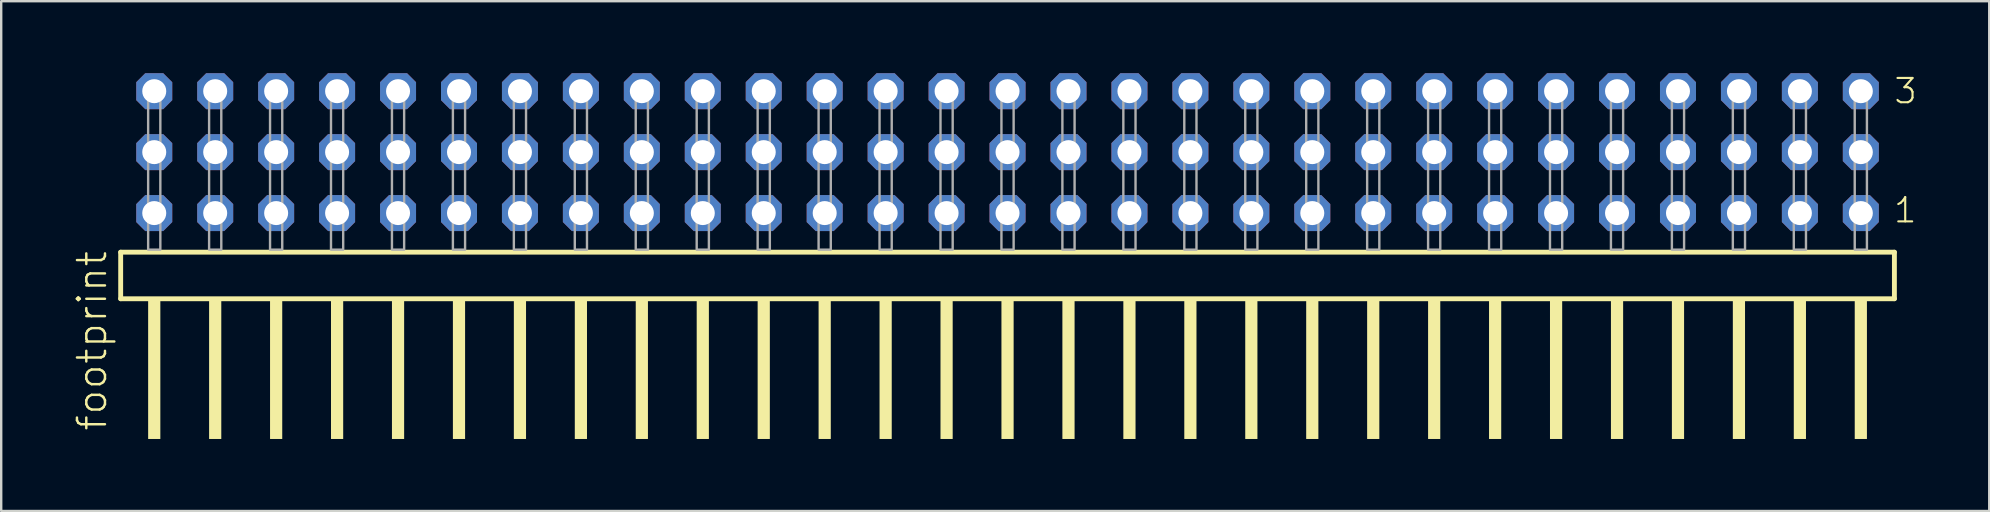
<source format=kicad_pcb>
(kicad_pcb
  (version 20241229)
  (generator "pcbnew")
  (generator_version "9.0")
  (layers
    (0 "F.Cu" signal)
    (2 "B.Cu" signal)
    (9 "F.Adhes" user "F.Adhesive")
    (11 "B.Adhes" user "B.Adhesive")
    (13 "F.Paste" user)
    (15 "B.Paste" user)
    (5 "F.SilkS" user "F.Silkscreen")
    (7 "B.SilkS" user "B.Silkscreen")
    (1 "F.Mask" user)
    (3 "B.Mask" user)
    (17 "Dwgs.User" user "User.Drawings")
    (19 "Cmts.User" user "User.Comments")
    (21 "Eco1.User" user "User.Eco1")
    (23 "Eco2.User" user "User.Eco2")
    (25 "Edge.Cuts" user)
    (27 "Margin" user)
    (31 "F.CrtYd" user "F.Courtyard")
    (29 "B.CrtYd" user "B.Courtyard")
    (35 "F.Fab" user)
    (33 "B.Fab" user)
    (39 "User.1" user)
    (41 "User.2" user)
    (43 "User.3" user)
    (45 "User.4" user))
  (footprint "footprint"
    (layer "F.Cu")
    (at 38.938 7.354)
    (property "Reference" "footprint" (at -37.465 7.62 90) (layer "F.SilkS") (effects (font (size 1.168 1.168) (thickness 0.102)) (justify left bottom)))
    (fp_line (start -36.959 0.106) (end -36.959 2.046) (stroke (width 0.203) (type solid)) (layer "F.SilkS"))
    (fp_line (start -36.959 2.046) (end 36.959 2.046) (stroke (width 0.203) (type solid)) (layer "F.SilkS"))
    (fp_line (start 36.959 0.106) (end -36.959 0.106) (stroke (width 0.203) (type solid)) (layer "F.SilkS"))
    (fp_line (start 36.959 2.046) (end 36.959 0.106) (stroke (width 0.203) (type solid)) (layer "F.SilkS"))
    (fp_poly (pts (xy -35.814 7.89) (xy -35.306 7.89) (xy -35.306 2.04) (xy -35.814 2.04)) (stroke (width 0) (type solid)) (fill yes) (layer "F.SilkS"))
    (fp_poly (pts (xy -33.274 7.89) (xy -32.766 7.89) (xy -32.766 2.04) (xy -33.274 2.04)) (stroke (width 0) (type solid)) (fill yes) (layer "F.SilkS"))
    (fp_poly (pts (xy -30.734 7.89) (xy -30.226 7.89) (xy -30.226 2.04) (xy -30.734 2.04)) (stroke (width 0) (type solid)) (fill yes) (layer "F.SilkS"))
    (fp_poly (pts (xy -28.194 7.89) (xy -27.686 7.89) (xy -27.686 2.04) (xy -28.194 2.04)) (stroke (width 0) (type solid)) (fill yes) (layer "F.SilkS"))
    (fp_poly (pts (xy -25.654 7.89) (xy -25.146 7.89) (xy -25.146 2.04) (xy -25.654 2.04)) (stroke (width 0) (type solid)) (fill yes) (layer "F.SilkS"))
    (fp_poly (pts (xy -23.114 7.89) (xy -22.606 7.89) (xy -22.606 2.04) (xy -23.114 2.04)) (stroke (width 0) (type solid)) (fill yes) (layer "F.SilkS"))
    (fp_poly (pts (xy -20.574 7.89) (xy -20.066 7.89) (xy -20.066 2.04) (xy -20.574 2.04)) (stroke (width 0) (type solid)) (fill yes) (layer "F.SilkS"))
    (fp_poly (pts (xy -18.034 7.89) (xy -17.526 7.89) (xy -17.526 2.04) (xy -18.034 2.04)) (stroke (width 0) (type solid)) (fill yes) (layer "F.SilkS"))
    (fp_poly (pts (xy -15.494 7.89) (xy -14.986 7.89) (xy -14.986 2.04) (xy -15.494 2.04)) (stroke (width 0) (type solid)) (fill yes) (layer "F.SilkS"))
    (fp_poly (pts (xy -12.954 7.89) (xy -12.446 7.89) (xy -12.446 2.04) (xy -12.954 2.04)) (stroke (width 0) (type solid)) (fill yes) (layer "F.SilkS"))
    (fp_poly (pts (xy -10.414 7.89) (xy -9.906 7.89) (xy -9.906 2.04) (xy -10.414 2.04)) (stroke (width 0) (type solid)) (fill yes) (layer "F.SilkS"))
    (fp_poly (pts (xy -7.874 7.89) (xy -7.366 7.89) (xy -7.366 2.04) (xy -7.874 2.04)) (stroke (width 0) (type solid)) (fill yes) (layer "F.SilkS"))
    (fp_poly (pts (xy -5.334 7.89) (xy -4.826 7.89) (xy -4.826 2.04) (xy -5.334 2.04)) (stroke (width 0) (type solid)) (fill yes) (layer "F.SilkS"))
    (fp_poly (pts (xy -2.794 7.89) (xy -2.286 7.89) (xy -2.286 2.04) (xy -2.794 2.04)) (stroke (width 0) (type solid)) (fill yes) (layer "F.SilkS"))
    (fp_poly (pts (xy -0.254 7.89) (xy 0.254 7.89) (xy 0.254 2.04) (xy -0.254 2.04)) (stroke (width 0) (type solid)) (fill yes) (layer "F.SilkS"))
    (fp_poly (pts (xy 2.286 7.89) (xy 2.794 7.89) (xy 2.794 2.04) (xy 2.286 2.04)) (stroke (width 0) (type solid)) (fill yes) (layer "F.SilkS"))
    (fp_poly (pts (xy 4.826 7.89) (xy 5.334 7.89) (xy 5.334 2.04) (xy 4.826 2.04)) (stroke (width 0) (type solid)) (fill yes) (layer "F.SilkS"))
    (fp_poly (pts (xy 7.366 7.89) (xy 7.874 7.89) (xy 7.874 2.04) (xy 7.366 2.04)) (stroke (width 0) (type solid)) (fill yes) (layer "F.SilkS"))
    (fp_poly (pts (xy 9.906 7.89) (xy 10.414 7.89) (xy 10.414 2.04) (xy 9.906 2.04)) (stroke (width 0) (type solid)) (fill yes) (layer "F.SilkS"))
    (fp_poly (pts (xy 12.446 7.89) (xy 12.954 7.89) (xy 12.954 2.04) (xy 12.446 2.04)) (stroke (width 0) (type solid)) (fill yes) (layer "F.SilkS"))
    (fp_poly (pts (xy 14.986 7.89) (xy 15.494 7.89) (xy 15.494 2.04) (xy 14.986 2.04)) (stroke (width 0) (type solid)) (fill yes) (layer "F.SilkS"))
    (fp_poly (pts (xy 17.526 7.89) (xy 18.034 7.89) (xy 18.034 2.04) (xy 17.526 2.04)) (stroke (width 0) (type solid)) (fill yes) (layer "F.SilkS"))
    (fp_poly (pts (xy 20.066 7.89) (xy 20.574 7.89) (xy 20.574 2.04) (xy 20.066 2.04)) (stroke (width 0) (type solid)) (fill yes) (layer "F.SilkS"))
    (fp_poly (pts (xy 22.606 7.89) (xy 23.114 7.89) (xy 23.114 2.04) (xy 22.606 2.04)) (stroke (width 0) (type solid)) (fill yes) (layer "F.SilkS"))
    (fp_poly (pts (xy 25.146 7.89) (xy 25.654 7.89) (xy 25.654 2.04) (xy 25.146 2.04)) (stroke (width 0) (type solid)) (fill yes) (layer "F.SilkS"))
    (fp_poly (pts (xy 27.686 7.89) (xy 28.194 7.89) (xy 28.194 2.04) (xy 27.686 2.04)) (stroke (width 0) (type solid)) (fill yes) (layer "F.SilkS"))
    (fp_poly (pts (xy 30.226 7.89) (xy 30.734 7.89) (xy 30.734 2.04) (xy 30.226 2.04)) (stroke (width 0) (type solid)) (fill yes) (layer "F.SilkS"))
    (fp_poly (pts (xy 32.766 7.89) (xy 33.274 7.89) (xy 33.274 2.04) (xy 32.766 2.04)) (stroke (width 0) (type solid)) (fill yes) (layer "F.SilkS"))
    (fp_poly (pts (xy 35.306 7.89) (xy 35.814 7.89) (xy 35.814 2.04) (xy 35.306 2.04)) (stroke (width 0) (type solid)) (fill yes) (layer "F.SilkS"))
    (fp_poly (pts (xy -35.814 0) (xy -35.306 0) (xy -35.306 -6.858) (xy -35.814 -6.858)) (stroke (width 0.1) (type solid)) (fill no) (layer "F.Fab"))
    (fp_poly (pts (xy -33.274 0) (xy -32.766 0) (xy -32.766 -6.858) (xy -33.274 -6.858)) (stroke (width 0.1) (type solid)) (fill no) (layer "F.Fab"))
    (fp_poly (pts (xy -30.734 0) (xy -30.226 0) (xy -30.226 -6.858) (xy -30.734 -6.858)) (stroke (width 0.1) (type solid)) (fill no) (layer "F.Fab"))
    (fp_poly (pts (xy -28.194 0) (xy -27.686 0) (xy -27.686 -6.858) (xy -28.194 -6.858)) (stroke (width 0.1) (type solid)) (fill no) (layer "F.Fab"))
    (fp_poly (pts (xy -25.654 0) (xy -25.146 0) (xy -25.146 -6.858) (xy -25.654 -6.858)) (stroke (width 0.1) (type solid)) (fill no) (layer "F.Fab"))
    (fp_poly (pts (xy -23.114 0) (xy -22.606 0) (xy -22.606 -6.858) (xy -23.114 -6.858)) (stroke (width 0.1) (type solid)) (fill no) (layer "F.Fab"))
    (fp_poly (pts (xy -20.574 0) (xy -20.066 0) (xy -20.066 -6.858) (xy -20.574 -6.858)) (stroke (width 0.1) (type solid)) (fill no) (layer "F.Fab"))
    (fp_poly (pts (xy -18.034 0) (xy -17.526 0) (xy -17.526 -6.858) (xy -18.034 -6.858)) (stroke (width 0.1) (type solid)) (fill no) (layer "F.Fab"))
    (fp_poly (pts (xy -15.494 0) (xy -14.986 0) (xy -14.986 -6.858) (xy -15.494 -6.858)) (stroke (width 0.1) (type solid)) (fill no) (layer "F.Fab"))
    (fp_poly (pts (xy -12.954 0) (xy -12.446 0) (xy -12.446 -6.858) (xy -12.954 -6.858)) (stroke (width 0.1) (type solid)) (fill no) (layer "F.Fab"))
    (fp_poly (pts (xy -10.414 0) (xy -9.906 0) (xy -9.906 -6.858) (xy -10.414 -6.858)) (stroke (width 0.1) (type solid)) (fill no) (layer "F.Fab"))
    (fp_poly (pts (xy -7.874 0) (xy -7.366 0) (xy -7.366 -6.858) (xy -7.874 -6.858)) (stroke (width 0.1) (type solid)) (fill no) (layer "F.Fab"))
    (fp_poly (pts (xy -5.334 0) (xy -4.826 0) (xy -4.826 -6.858) (xy -5.334 -6.858)) (stroke (width 0.1) (type solid)) (fill no) (layer "F.Fab"))
    (fp_poly (pts (xy -2.794 0) (xy -2.286 0) (xy -2.286 -6.858) (xy -2.794 -6.858)) (stroke (width 0.1) (type solid)) (fill no) (layer "F.Fab"))
    (fp_poly (pts (xy -0.254 0) (xy 0.254 0) (xy 0.254 -6.858) (xy -0.254 -6.858)) (stroke (width 0.1) (type solid)) (fill no) (layer "F.Fab"))
    (fp_poly (pts (xy 2.286 0) (xy 2.794 0) (xy 2.794 -6.858) (xy 2.286 -6.858)) (stroke (width 0.1) (type solid)) (fill no) (layer "F.Fab"))
    (fp_poly (pts (xy 4.826 0) (xy 5.334 0) (xy 5.334 -6.858) (xy 4.826 -6.858)) (stroke (width 0.1) (type solid)) (fill no) (layer "F.Fab"))
    (fp_poly (pts (xy 7.366 0) (xy 7.874 0) (xy 7.874 -6.858) (xy 7.366 -6.858)) (stroke (width 0.1) (type solid)) (fill no) (layer "F.Fab"))
    (fp_poly (pts (xy 9.906 0) (xy 10.414 0) (xy 10.414 -6.858) (xy 9.906 -6.858)) (stroke (width 0.1) (type solid)) (fill no) (layer "F.Fab"))
    (fp_poly (pts (xy 12.446 0) (xy 12.954 0) (xy 12.954 -6.858) (xy 12.446 -6.858)) (stroke (width 0.1) (type solid)) (fill no) (layer "F.Fab"))
    (fp_poly (pts (xy 14.986 0) (xy 15.494 0) (xy 15.494 -6.858) (xy 14.986 -6.858)) (stroke (width 0.1) (type solid)) (fill no) (layer "F.Fab"))
    (fp_poly (pts (xy 17.526 0) (xy 18.034 0) (xy 18.034 -6.858) (xy 17.526 -6.858)) (stroke (width 0.1) (type solid)) (fill no) (layer "F.Fab"))
    (fp_poly (pts (xy 20.066 0) (xy 20.574 0) (xy 20.574 -6.858) (xy 20.066 -6.858)) (stroke (width 0.1) (type solid)) (fill no) (layer "F.Fab"))
    (fp_poly (pts (xy 22.606 0) (xy 23.114 0) (xy 23.114 -6.858) (xy 22.606 -6.858)) (stroke (width 0.1) (type solid)) (fill no) (layer "F.Fab"))
    (fp_poly (pts (xy 25.146 0) (xy 25.654 0) (xy 25.654 -6.858) (xy 25.146 -6.858)) (stroke (width 0.1) (type solid)) (fill no) (layer "F.Fab"))
    (fp_poly (pts (xy 27.686 0) (xy 28.194 0) (xy 28.194 -6.858) (xy 27.686 -6.858)) (stroke (width 0.1) (type solid)) (fill no) (layer "F.Fab"))
    (fp_poly (pts (xy 30.226 0) (xy 30.734 0) (xy 30.734 -6.858) (xy 30.226 -6.858)) (stroke (width 0.1) (type solid)) (fill no) (layer "F.Fab"))
    (fp_poly (pts (xy 32.766 0) (xy 33.274 0) (xy 33.274 -6.858) (xy 32.766 -6.858)) (stroke (width 0.1) (type solid)) (fill no) (layer "F.Fab"))
    (fp_poly (pts (xy 35.306 0) (xy 35.814 0) (xy 35.814 -6.858) (xy 35.306 -6.858)) (stroke (width 0.1) (type solid)) (fill no) (layer "F.Fab"))
    (fp_text user "1" (at 36.87 -1.05 0) (layer "F.SilkS") (effects (font (size 1.012 1.012) (thickness 0.088)) (justify left bottom)))
    (fp_text user "3" (at 36.885 -6.015 0) (layer "F.SilkS") (effects (font (size 1.012 1.012) (thickness 0.088)) (justify left bottom)))
    (pad "1" thru_hole roundrect (at 35.56 -1.524 180) (size 1.5 1.5) (drill 1) (layers "*.Cu" "*.Mask") (roundrect_rratio 0.25) (chamfer_ratio 0.25) (chamfer top_left top_right bottom_left bottom_right))
    (pad "2" thru_hole roundrect (at 35.56 -4.064 180) (size 1.5 1.5) (drill 1) (layers "*.Cu" "*.Mask") (roundrect_rratio 0.25) (chamfer_ratio 0.25) (chamfer top_left top_right bottom_left bottom_right))
    (pad "3" thru_hole roundrect (at 35.56 -6.604 180) (size 1.5 1.5) (drill 1) (layers "*.Cu" "*.Mask") (roundrect_rratio 0.25) (chamfer_ratio 0.25) (chamfer top_left top_right bottom_left bottom_right))
    (pad "4" thru_hole roundrect (at 33.02 -1.524 180) (size 1.5 1.5) (drill 1) (layers "*.Cu" "*.Mask") (roundrect_rratio 0.25) (chamfer_ratio 0.25) (chamfer top_left top_right bottom_left bottom_right))
    (pad "5" thru_hole roundrect (at 33.02 -4.064 180) (size 1.5 1.5) (drill 1) (layers "*.Cu" "*.Mask") (roundrect_rratio 0.25) (chamfer_ratio 0.25) (chamfer top_left top_right bottom_left bottom_right))
    (pad "6" thru_hole roundrect (at 33.02 -6.604 180) (size 1.5 1.5) (drill 1) (layers "*.Cu" "*.Mask") (roundrect_rratio 0.25) (chamfer_ratio 0.25) (chamfer top_left top_right bottom_left bottom_right))
    (pad "7" thru_hole roundrect (at 30.48 -1.524 180) (size 1.5 1.5) (drill 1) (layers "*.Cu" "*.Mask") (roundrect_rratio 0.25) (chamfer_ratio 0.25) (chamfer top_left top_right bottom_left bottom_right))
    (pad "8" thru_hole roundrect (at 30.48 -4.064 180) (size 1.5 1.5) (drill 1) (layers "*.Cu" "*.Mask") (roundrect_rratio 0.25) (chamfer_ratio 0.25) (chamfer top_left top_right bottom_left bottom_right))
    (pad "9" thru_hole roundrect (at 30.48 -6.604 180) (size 1.5 1.5) (drill 1) (layers "*.Cu" "*.Mask") (roundrect_rratio 0.25) (chamfer_ratio 0.25) (chamfer top_left top_right bottom_left bottom_right))
    (pad "10" thru_hole roundrect (at 27.94 -1.524 180) (size 1.5 1.5) (drill 1) (layers "*.Cu" "*.Mask") (roundrect_rratio 0.25) (chamfer_ratio 0.25) (chamfer top_left top_right bottom_left bottom_right))
    (pad "11" thru_hole roundrect (at 27.94 -4.064 180) (size 1.5 1.5) (drill 1) (layers "*.Cu" "*.Mask") (roundrect_rratio 0.25) (chamfer_ratio 0.25) (chamfer top_left top_right bottom_left bottom_right))
    (pad "12" thru_hole roundrect (at 27.94 -6.604 180) (size 1.5 1.5) (drill 1) (layers "*.Cu" "*.Mask") (roundrect_rratio 0.25) (chamfer_ratio 0.25) (chamfer top_left top_right bottom_left bottom_right))
    (pad "13" thru_hole roundrect (at 25.4 -1.524 180) (size 1.5 1.5) (drill 1) (layers "*.Cu" "*.Mask") (roundrect_rratio 0.25) (chamfer_ratio 0.25) (chamfer top_left top_right bottom_left bottom_right))
    (pad "14" thru_hole roundrect (at 25.4 -4.064 180) (size 1.5 1.5) (drill 1) (layers "*.Cu" "*.Mask") (roundrect_rratio 0.25) (chamfer_ratio 0.25) (chamfer top_left top_right bottom_left bottom_right))
    (pad "15" thru_hole roundrect (at 25.4 -6.604 180) (size 1.5 1.5) (drill 1) (layers "*.Cu" "*.Mask") (roundrect_rratio 0.25) (chamfer_ratio 0.25) (chamfer top_left top_right bottom_left bottom_right))
    (pad "16" thru_hole roundrect (at 22.86 -1.524 180) (size 1.5 1.5) (drill 1) (layers "*.Cu" "*.Mask") (roundrect_rratio 0.25) (chamfer_ratio 0.25) (chamfer top_left top_right bottom_left bottom_right))
    (pad "17" thru_hole roundrect (at 22.86 -4.064 180) (size 1.5 1.5) (drill 1) (layers "*.Cu" "*.Mask") (roundrect_rratio 0.25) (chamfer_ratio 0.25) (chamfer top_left top_right bottom_left bottom_right))
    (pad "18" thru_hole roundrect (at 22.86 -6.604 180) (size 1.5 1.5) (drill 1) (layers "*.Cu" "*.Mask") (roundrect_rratio 0.25) (chamfer_ratio 0.25) (chamfer top_left top_right bottom_left bottom_right))
    (pad "19" thru_hole roundrect (at 20.32 -1.524 180) (size 1.5 1.5) (drill 1) (layers "*.Cu" "*.Mask") (roundrect_rratio 0.25) (chamfer_ratio 0.25) (chamfer top_left top_right bottom_left bottom_right))
    (pad "20" thru_hole roundrect (at 20.32 -4.064 180) (size 1.5 1.5) (drill 1) (layers "*.Cu" "*.Mask") (roundrect_rratio 0.25) (chamfer_ratio 0.25) (chamfer top_left top_right bottom_left bottom_right))
    (pad "21" thru_hole roundrect (at 20.32 -6.604 180) (size 1.5 1.5) (drill 1) (layers "*.Cu" "*.Mask") (roundrect_rratio 0.25) (chamfer_ratio 0.25) (chamfer top_left top_right bottom_left bottom_right))
    (pad "22" thru_hole roundrect (at 17.78 -1.524 180) (size 1.5 1.5) (drill 1) (layers "*.Cu" "*.Mask") (roundrect_rratio 0.25) (chamfer_ratio 0.25) (chamfer top_left top_right bottom_left bottom_right))
    (pad "23" thru_hole roundrect (at 17.78 -4.064 180) (size 1.5 1.5) (drill 1) (layers "*.Cu" "*.Mask") (roundrect_rratio 0.25) (chamfer_ratio 0.25) (chamfer top_left top_right bottom_left bottom_right))
    (pad "24" thru_hole roundrect (at 17.78 -6.604 180) (size 1.5 1.5) (drill 1) (layers "*.Cu" "*.Mask") (roundrect_rratio 0.25) (chamfer_ratio 0.25) (chamfer top_left top_right bottom_left bottom_right))
    (pad "25" thru_hole roundrect (at 15.24 -1.524 180) (size 1.5 1.5) (drill 1) (layers "*.Cu" "*.Mask") (roundrect_rratio 0.25) (chamfer_ratio 0.25) (chamfer top_left top_right bottom_left bottom_right))
    (pad "26" thru_hole roundrect (at 15.24 -4.064 180) (size 1.5 1.5) (drill 1) (layers "*.Cu" "*.Mask") (roundrect_rratio 0.25) (chamfer_ratio 0.25) (chamfer top_left top_right bottom_left bottom_right))
    (pad "27" thru_hole roundrect (at 15.24 -6.604 180) (size 1.5 1.5) (drill 1) (layers "*.Cu" "*.Mask") (roundrect_rratio 0.25) (chamfer_ratio 0.25) (chamfer top_left top_right bottom_left bottom_right))
    (pad "28" thru_hole roundrect (at 12.7 -1.524 180) (size 1.5 1.5) (drill 1) (layers "*.Cu" "*.Mask") (roundrect_rratio 0.25) (chamfer_ratio 0.25) (chamfer top_left top_right bottom_left bottom_right))
    (pad "29" thru_hole roundrect (at 12.7 -4.064 180) (size 1.5 1.5) (drill 1) (layers "*.Cu" "*.Mask") (roundrect_rratio 0.25) (chamfer_ratio 0.25) (chamfer top_left top_right bottom_left bottom_right))
    (pad "30" thru_hole roundrect (at 12.7 -6.604 180) (size 1.5 1.5) (drill 1) (layers "*.Cu" "*.Mask") (roundrect_rratio 0.25) (chamfer_ratio 0.25) (chamfer top_left top_right bottom_left bottom_right))
    (pad "31" thru_hole roundrect (at 10.16 -1.524 180) (size 1.5 1.5) (drill 1) (layers "*.Cu" "*.Mask") (roundrect_rratio 0.25) (chamfer_ratio 0.25) (chamfer top_left top_right bottom_left bottom_right))
    (pad "32" thru_hole roundrect (at 10.16 -4.064 180) (size 1.5 1.5) (drill 1) (layers "*.Cu" "*.Mask") (roundrect_rratio 0.25) (chamfer_ratio 0.25) (chamfer top_left top_right bottom_left bottom_right))
    (pad "33" thru_hole roundrect (at 10.16 -6.604 180) (size 1.5 1.5) (drill 1) (layers "*.Cu" "*.Mask") (roundrect_rratio 0.25) (chamfer_ratio 0.25) (chamfer top_left top_right bottom_left bottom_right))
    (pad "34" thru_hole roundrect (at 7.62 -1.524 180) (size 1.5 1.5) (drill 1) (layers "*.Cu" "*.Mask") (roundrect_rratio 0.25) (chamfer_ratio 0.25) (chamfer top_left top_right bottom_left bottom_right))
    (pad "35" thru_hole roundrect (at 7.62 -4.064 180) (size 1.5 1.5) (drill 1) (layers "*.Cu" "*.Mask") (roundrect_rratio 0.25) (chamfer_ratio 0.25) (chamfer top_left top_right bottom_left bottom_right))
    (pad "36" thru_hole roundrect (at 7.62 -6.604 180) (size 1.5 1.5) (drill 1) (layers "*.Cu" "*.Mask") (roundrect_rratio 0.25) (chamfer_ratio 0.25) (chamfer top_left top_right bottom_left bottom_right))
    (pad "37" thru_hole roundrect (at 5.08 -1.524 180) (size 1.5 1.5) (drill 1) (layers "*.Cu" "*.Mask") (roundrect_rratio 0.25) (chamfer_ratio 0.25) (chamfer top_left top_right bottom_left bottom_right))
    (pad "38" thru_hole roundrect (at 5.08 -4.064 180) (size 1.5 1.5) (drill 1) (layers "*.Cu" "*.Mask") (roundrect_rratio 0.25) (chamfer_ratio 0.25) (chamfer top_left top_right bottom_left bottom_right))
    (pad "39" thru_hole roundrect (at 5.08 -6.604 180) (size 1.5 1.5) (drill 1) (layers "*.Cu" "*.Mask") (roundrect_rratio 0.25) (chamfer_ratio 0.25) (chamfer top_left top_right bottom_left bottom_right))
    (pad "40" thru_hole roundrect (at 2.54 -1.524 180) (size 1.5 1.5) (drill 1) (layers "*.Cu" "*.Mask") (roundrect_rratio 0.25) (chamfer_ratio 0.25) (chamfer top_left top_right bottom_left bottom_right))
    (pad "41" thru_hole roundrect (at 2.54 -4.064 180) (size 1.5 1.5) (drill 1) (layers "*.Cu" "*.Mask") (roundrect_rratio 0.25) (chamfer_ratio 0.25) (chamfer top_left top_right bottom_left bottom_right))
    (pad "42" thru_hole roundrect (at 2.54 -6.604 180) (size 1.5 1.5) (drill 1) (layers "*.Cu" "*.Mask") (roundrect_rratio 0.25) (chamfer_ratio 0.25) (chamfer top_left top_right bottom_left bottom_right))
    (pad "43" thru_hole roundrect (at 0 -1.524 180) (size 1.5 1.5) (drill 1) (layers "*.Cu" "*.Mask") (roundrect_rratio 0.25) (chamfer_ratio 0.25) (chamfer top_left top_right bottom_left bottom_right))
    (pad "44" thru_hole roundrect (at 0 -4.064 180) (size 1.5 1.5) (drill 1) (layers "*.Cu" "*.Mask") (roundrect_rratio 0.25) (chamfer_ratio 0.25) (chamfer top_left top_right bottom_left bottom_right))
    (pad "45" thru_hole roundrect (at 0 -6.604 180) (size 1.5 1.5) (drill 1) (layers "*.Cu" "*.Mask") (roundrect_rratio 0.25) (chamfer_ratio 0.25) (chamfer top_left top_right bottom_left bottom_right))
    (pad "46" thru_hole roundrect (at -2.54 -1.524 180) (size 1.5 1.5) (drill 1) (layers "*.Cu" "*.Mask") (roundrect_rratio 0.25) (chamfer_ratio 0.25) (chamfer top_left top_right bottom_left bottom_right))
    (pad "47" thru_hole roundrect (at -2.54 -4.064 180) (size 1.5 1.5) (drill 1) (layers "*.Cu" "*.Mask") (roundrect_rratio 0.25) (chamfer_ratio 0.25) (chamfer top_left top_right bottom_left bottom_right))
    (pad "48" thru_hole roundrect (at -2.54 -6.604 180) (size 1.5 1.5) (drill 1) (layers "*.Cu" "*.Mask") (roundrect_rratio 0.25) (chamfer_ratio 0.25) (chamfer top_left top_right bottom_left bottom_right))
    (pad "49" thru_hole roundrect (at -5.08 -1.524 180) (size 1.5 1.5) (drill 1) (layers "*.Cu" "*.Mask") (roundrect_rratio 0.25) (chamfer_ratio 0.25) (chamfer top_left top_right bottom_left bottom_right))
    (pad "50" thru_hole roundrect (at -5.08 -4.064 180) (size 1.5 1.5) (drill 1) (layers "*.Cu" "*.Mask") (roundrect_rratio 0.25) (chamfer_ratio 0.25) (chamfer top_left top_right bottom_left bottom_right))
    (pad "51" thru_hole roundrect (at -5.08 -6.604 180) (size 1.5 1.5) (drill 1) (layers "*.Cu" "*.Mask") (roundrect_rratio 0.25) (chamfer_ratio 0.25) (chamfer top_left top_right bottom_left bottom_right))
    (pad "52" thru_hole roundrect (at -7.62 -1.524 180) (size 1.5 1.5) (drill 1) (layers "*.Cu" "*.Mask") (roundrect_rratio 0.25) (chamfer_ratio 0.25) (chamfer top_left top_right bottom_left bottom_right))
    (pad "53" thru_hole roundrect (at -7.62 -4.064 180) (size 1.5 1.5) (drill 1) (layers "*.Cu" "*.Mask") (roundrect_rratio 0.25) (chamfer_ratio 0.25) (chamfer top_left top_right bottom_left bottom_right))
    (pad "54" thru_hole roundrect (at -7.62 -6.604 180) (size 1.5 1.5) (drill 1) (layers "*.Cu" "*.Mask") (roundrect_rratio 0.25) (chamfer_ratio 0.25) (chamfer top_left top_right bottom_left bottom_right))
    (pad "55" thru_hole roundrect (at -10.16 -1.524 180) (size 1.5 1.5) (drill 1) (layers "*.Cu" "*.Mask") (roundrect_rratio 0.25) (chamfer_ratio 0.25) (chamfer top_left top_right bottom_left bottom_right))
    (pad "56" thru_hole roundrect (at -10.16 -4.064 180) (size 1.5 1.5) (drill 1) (layers "*.Cu" "*.Mask") (roundrect_rratio 0.25) (chamfer_ratio 0.25) (chamfer top_left top_right bottom_left bottom_right))
    (pad "57" thru_hole roundrect (at -10.16 -6.604 180) (size 1.5 1.5) (drill 1) (layers "*.Cu" "*.Mask") (roundrect_rratio 0.25) (chamfer_ratio 0.25) (chamfer top_left top_right bottom_left bottom_right))
    (pad "58" thru_hole roundrect (at -12.7 -1.524 180) (size 1.5 1.5) (drill 1) (layers "*.Cu" "*.Mask") (roundrect_rratio 0.25) (chamfer_ratio 0.25) (chamfer top_left top_right bottom_left bottom_right))
    (pad "59" thru_hole roundrect (at -12.7 -4.064 180) (size 1.5 1.5) (drill 1) (layers "*.Cu" "*.Mask") (roundrect_rratio 0.25) (chamfer_ratio 0.25) (chamfer top_left top_right bottom_left bottom_right))
    (pad "60" thru_hole roundrect (at -12.7 -6.604 180) (size 1.5 1.5) (drill 1) (layers "*.Cu" "*.Mask") (roundrect_rratio 0.25) (chamfer_ratio 0.25) (chamfer top_left top_right bottom_left bottom_right))
    (pad "61" thru_hole roundrect (at -15.24 -1.524 180) (size 1.5 1.5) (drill 1) (layers "*.Cu" "*.Mask") (roundrect_rratio 0.25) (chamfer_ratio 0.25) (chamfer top_left top_right bottom_left bottom_right))
    (pad "62" thru_hole roundrect (at -15.24 -4.064 180) (size 1.5 1.5) (drill 1) (layers "*.Cu" "*.Mask") (roundrect_rratio 0.25) (chamfer_ratio 0.25) (chamfer top_left top_right bottom_left bottom_right))
    (pad "63" thru_hole roundrect (at -15.24 -6.604 180) (size 1.5 1.5) (drill 1) (layers "*.Cu" "*.Mask") (roundrect_rratio 0.25) (chamfer_ratio 0.25) (chamfer top_left top_right bottom_left bottom_right))
    (pad "64" thru_hole roundrect (at -17.78 -1.524 180) (size 1.5 1.5) (drill 1) (layers "*.Cu" "*.Mask") (roundrect_rratio 0.25) (chamfer_ratio 0.25) (chamfer top_left top_right bottom_left bottom_right))
    (pad "65" thru_hole roundrect (at -17.78 -4.064 180) (size 1.5 1.5) (drill 1) (layers "*.Cu" "*.Mask") (roundrect_rratio 0.25) (chamfer_ratio 0.25) (chamfer top_left top_right bottom_left bottom_right))
    (pad "66" thru_hole roundrect (at -17.78 -6.604 180) (size 1.5 1.5) (drill 1) (layers "*.Cu" "*.Mask") (roundrect_rratio 0.25) (chamfer_ratio 0.25) (chamfer top_left top_right bottom_left bottom_right))
    (pad "67" thru_hole roundrect (at -20.32 -1.524 180) (size 1.5 1.5) (drill 1) (layers "*.Cu" "*.Mask") (roundrect_rratio 0.25) (chamfer_ratio 0.25) (chamfer top_left top_right bottom_left bottom_right))
    (pad "68" thru_hole roundrect (at -20.32 -4.064 180) (size 1.5 1.5) (drill 1) (layers "*.Cu" "*.Mask") (roundrect_rratio 0.25) (chamfer_ratio 0.25) (chamfer top_left top_right bottom_left bottom_right))
    (pad "69" thru_hole roundrect (at -20.32 -6.604 180) (size 1.5 1.5) (drill 1) (layers "*.Cu" "*.Mask") (roundrect_rratio 0.25) (chamfer_ratio 0.25) (chamfer top_left top_right bottom_left bottom_right))
    (pad "70" thru_hole roundrect (at -22.86 -1.524 180) (size 1.5 1.5) (drill 1) (layers "*.Cu" "*.Mask") (roundrect_rratio 0.25) (chamfer_ratio 0.25) (chamfer top_left top_right bottom_left bottom_right))
    (pad "71" thru_hole roundrect (at -22.86 -4.064 180) (size 1.5 1.5) (drill 1) (layers "*.Cu" "*.Mask") (roundrect_rratio 0.25) (chamfer_ratio 0.25) (chamfer top_left top_right bottom_left bottom_right))
    (pad "72" thru_hole roundrect (at -22.86 -6.604 180) (size 1.5 1.5) (drill 1) (layers "*.Cu" "*.Mask") (roundrect_rratio 0.25) (chamfer_ratio 0.25) (chamfer top_left top_right bottom_left bottom_right))
    (pad "73" thru_hole roundrect (at -25.4 -1.524 180) (size 1.5 1.5) (drill 1) (layers "*.Cu" "*.Mask") (roundrect_rratio 0.25) (chamfer_ratio 0.25) (chamfer top_left top_right bottom_left bottom_right))
    (pad "74" thru_hole roundrect (at -25.4 -4.064 180) (size 1.5 1.5) (drill 1) (layers "*.Cu" "*.Mask") (roundrect_rratio 0.25) (chamfer_ratio 0.25) (chamfer top_left top_right bottom_left bottom_right))
    (pad "75" thru_hole roundrect (at -25.4 -6.604 180) (size 1.5 1.5) (drill 1) (layers "*.Cu" "*.Mask") (roundrect_rratio 0.25) (chamfer_ratio 0.25) (chamfer top_left top_right bottom_left bottom_right))
    (pad "76" thru_hole roundrect (at -27.94 -1.524 180) (size 1.5 1.5) (drill 1) (layers "*.Cu" "*.Mask") (roundrect_rratio 0.25) (chamfer_ratio 0.25) (chamfer top_left top_right bottom_left bottom_right))
    (pad "77" thru_hole roundrect (at -27.94 -4.064 180) (size 1.5 1.5) (drill 1) (layers "*.Cu" "*.Mask") (roundrect_rratio 0.25) (chamfer_ratio 0.25) (chamfer top_left top_right bottom_left bottom_right))
    (pad "78" thru_hole roundrect (at -27.94 -6.604 180) (size 1.5 1.5) (drill 1) (layers "*.Cu" "*.Mask") (roundrect_rratio 0.25) (chamfer_ratio 0.25) (chamfer top_left top_right bottom_left bottom_right))
    (pad "79" thru_hole roundrect (at -30.48 -1.524 180) (size 1.5 1.5) (drill 1) (layers "*.Cu" "*.Mask") (roundrect_rratio 0.25) (chamfer_ratio 0.25) (chamfer top_left top_right bottom_left bottom_right))
    (pad "80" thru_hole roundrect (at -30.48 -4.064 180) (size 1.5 1.5) (drill 1) (layers "*.Cu" "*.Mask") (roundrect_rratio 0.25) (chamfer_ratio 0.25) (chamfer top_left top_right bottom_left bottom_right))
    (pad "81" thru_hole roundrect (at -30.48 -6.604 180) (size 1.5 1.5) (drill 1) (layers "*.Cu" "*.Mask") (roundrect_rratio 0.25) (chamfer_ratio 0.25) (chamfer top_left top_right bottom_left bottom_right))
    (pad "82" thru_hole roundrect (at -33.02 -1.524 180) (size 1.5 1.5) (drill 1) (layers "*.Cu" "*.Mask") (roundrect_rratio 0.25) (chamfer_ratio 0.25) (chamfer top_left top_right bottom_left bottom_right))
    (pad "83" thru_hole roundrect (at -33.02 -4.064 180) (size 1.5 1.5) (drill 1) (layers "*.Cu" "*.Mask") (roundrect_rratio 0.25) (chamfer_ratio 0.25) (chamfer top_left top_right bottom_left bottom_right))
    (pad "84" thru_hole roundrect (at -33.02 -6.604 180) (size 1.5 1.5) (drill 1) (layers "*.Cu" "*.Mask") (roundrect_rratio 0.25) (chamfer_ratio 0.25) (chamfer top_left top_right bottom_left bottom_right))
    (pad "85" thru_hole roundrect (at -35.56 -1.524 180) (size 1.5 1.5) (drill 1) (layers "*.Cu" "*.Mask") (roundrect_rratio 0.25) (chamfer_ratio 0.25) (chamfer top_left top_right bottom_left bottom_right))
    (pad "86" thru_hole roundrect (at -35.56 -4.064 180) (size 1.5 1.5) (drill 1) (layers "*.Cu" "*.Mask") (roundrect_rratio 0.25) (chamfer_ratio 0.25) (chamfer top_left top_right bottom_left bottom_right))
    (pad "87" thru_hole roundrect (at -35.56 -6.604 180) (size 1.5 1.5) (drill 1) (layers "*.Cu" "*.Mask") (roundrect_rratio 0.25) (chamfer_ratio 0.25) (chamfer top_left top_right bottom_left bottom_right)))
  (gr_rect
    (start -3 -3)
    (end 79.849 18.244)
    (stroke (width 0.1) (type default))
    (fill no)
    (layer "Edge.Cuts")))
</source>
